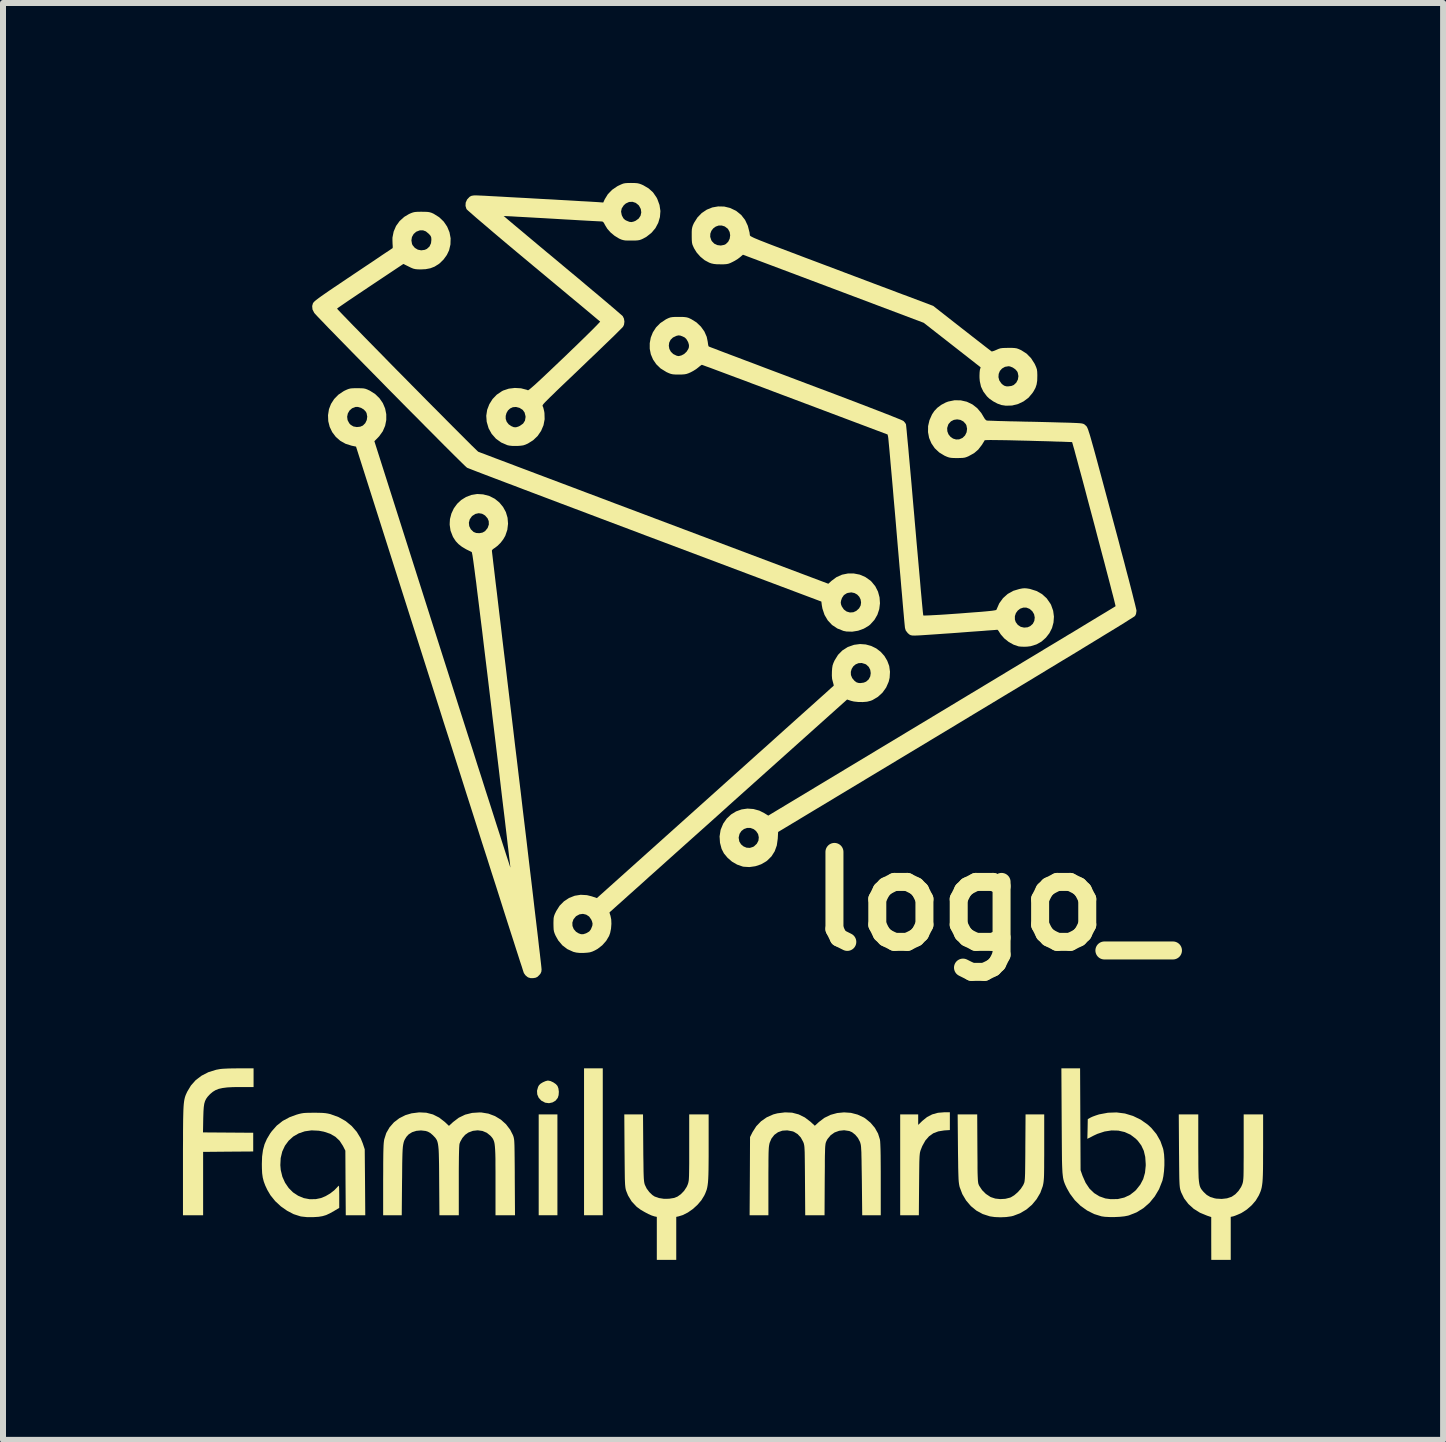
<source format=kicad_pcb>
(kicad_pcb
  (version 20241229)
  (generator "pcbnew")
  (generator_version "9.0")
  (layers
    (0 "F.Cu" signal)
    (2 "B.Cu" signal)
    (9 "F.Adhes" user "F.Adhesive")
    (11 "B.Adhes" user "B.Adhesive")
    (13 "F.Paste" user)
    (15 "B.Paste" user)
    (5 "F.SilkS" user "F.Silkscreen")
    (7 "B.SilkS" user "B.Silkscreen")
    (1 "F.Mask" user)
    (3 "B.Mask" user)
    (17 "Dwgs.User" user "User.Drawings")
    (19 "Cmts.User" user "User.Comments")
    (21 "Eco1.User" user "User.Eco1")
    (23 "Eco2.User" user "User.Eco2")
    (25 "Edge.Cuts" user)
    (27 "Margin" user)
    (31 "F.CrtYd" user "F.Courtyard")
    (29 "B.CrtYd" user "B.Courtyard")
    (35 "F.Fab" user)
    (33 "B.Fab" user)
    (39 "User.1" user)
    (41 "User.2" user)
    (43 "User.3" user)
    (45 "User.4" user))
  (footprint "logo_"
    (layer "F.Cu")
    (at 9.003 8.973)
    (property "Reference" "logo_" (at 4.5 3 0) (layer "F.SilkS") (effects (font (size 1.5 1.5) (thickness 0.3))))
    (attr board_only exclude_from_pos_files exclude_from_bom)
    (fp_poly (pts (xy -2.761 7.394) (xy -2.761 8.235) (xy -2.917 8.235) (xy -3.073 8.235) (xy -3.073 7.394) (xy -3.073 6.554) (xy -2.917 6.554) (xy -2.761 6.554)) (stroke (width 0) (type solid)) (fill yes) (layer "F.SilkS"))
    (fp_poly (pts (xy -2.005 7.01) (xy -2.005 8.235) (xy -2.161 8.235) (xy -2.317 8.235) (xy -2.317 7.01) (xy -2.317 5.786) (xy -2.161 5.786) (xy -2.005 5.786)) (stroke (width 0) (type solid)) (fill yes) (layer "F.SilkS"))
    (fp_poly (pts (xy -2.876 5.998) (xy -2.829 6.02) (xy -2.787 6.049) (xy -2.76 6.079) (xy -2.744 6.122) (xy -2.737 6.177) (xy -2.741 6.233) (xy -2.755 6.278) (xy -2.791 6.324) (xy -2.842 6.354) (xy -2.901 6.367) (xy -2.962 6.359) (xy -2.97 6.356) (xy -3.03 6.324) (xy -3.073 6.277) (xy -3.097 6.221) (xy -3.101 6.16) (xy -3.084 6.097) (xy -3.068 6.068) (xy -3.043 6.043) (xy -3.004 6.019) (xy -2.961 6) (xy -2.923 5.99) (xy -2.917 5.99)) (stroke (width 0) (type solid)) (fill yes) (layer "F.SilkS"))
    (fp_poly (pts (xy 3.781 6.666) (xy 3.781 6.815) (xy 3.687 6.821) (xy 3.588 6.837) (xy 3.504 6.869) (xy 3.433 6.92) (xy 3.372 6.99) (xy 3.321 7.082) (xy 3.299 7.137) (xy 3.292 7.155) (xy 3.287 7.173) (xy 3.282 7.194) (xy 3.279 7.219) (xy 3.276 7.252) (xy 3.274 7.294) (xy 3.272 7.348) (xy 3.271 7.417) (xy 3.27 7.503) (xy 3.269 7.609) (xy 3.268 7.721) (xy 3.264 8.235) (xy 3.108 8.235) (xy 2.953 8.235) (xy 2.953 7.394) (xy 2.953 6.554) (xy 3.103 6.554) (xy 3.253 6.554) (xy 3.253 6.642) (xy 3.253 6.729) (xy 3.322 6.662) (xy 3.401 6.598) (xy 3.486 6.554) (xy 3.582 6.527) (xy 3.693 6.518) (xy 3.704 6.518) (xy 3.781 6.518)) (stroke (width 0) (type solid)) (fill yes) (layer "F.SilkS"))
    (fp_poly (pts (xy -7.826 5.942) (xy -7.826 6.098) (xy -8.054 6.098) (xy -8.169 6.099) (xy -8.265 6.104) (xy -8.342 6.114) (xy -8.406 6.128) (xy -8.459 6.149) (xy -8.505 6.177) (xy -8.547 6.212) (xy -8.561 6.226) (xy -8.593 6.261) (xy -8.617 6.295) (xy -8.635 6.332) (xy -8.648 6.376) (xy -8.656 6.431) (xy -8.661 6.501) (xy -8.664 6.589) (xy -8.665 6.623) (xy -8.669 6.854) (xy -8.251 6.857) (xy -7.832 6.86) (xy -7.832 7.016) (xy -7.832 7.172) (xy -8.25 7.175) (xy -8.667 7.179) (xy -8.667 7.707) (xy -8.667 8.235) (xy -8.835 8.235) (xy -9.003 8.235) (xy -9.003 7.325) (xy -9.003 7.147) (xy -9.002 6.991) (xy -9.002 6.856) (xy -9.001 6.739) (xy -9 6.639) (xy -8.998 6.555) (xy -8.996 6.484) (xy -8.993 6.425) (xy -8.989 6.376) (xy -8.984 6.335) (xy -8.978 6.301) (xy -8.971 6.272) (xy -8.963 6.246) (xy -8.953 6.221) (xy -8.941 6.195) (xy -8.933 6.177) (xy -8.87 6.072) (xy -8.79 5.982) (xy -8.692 5.908) (xy -8.579 5.85) (xy -8.45 5.81) (xy -8.385 5.798) (xy -8.35 5.794) (xy -8.296 5.791) (xy -8.229 5.788) (xy -8.153 5.787) (xy -8.074 5.786) (xy -8.07 5.786) (xy -7.826 5.786)) (stroke (width 0) (type solid)) (fill yes) (layer "F.SilkS"))
    (fp_poly (pts (xy 4.24 7.121) (xy 4.241 7.253) (xy 4.242 7.362) (xy 4.242 7.452) (xy 4.243 7.525) (xy 4.245 7.582) (xy 4.247 7.627) (xy 4.249 7.66) (xy 4.252 7.686) (xy 4.255 7.705) (xy 4.26 7.72) (xy 4.265 7.733) (xy 4.271 7.745) (xy 4.318 7.816) (xy 4.381 7.879) (xy 4.455 7.928) (xy 4.465 7.933) (xy 4.538 7.957) (xy 4.621 7.966) (xy 4.706 7.961) (xy 4.782 7.942) (xy 4.798 7.936) (xy 4.854 7.902) (xy 4.912 7.852) (xy 4.964 7.794) (xy 5.003 7.734) (xy 5.009 7.721) (xy 5.015 7.707) (xy 5.021 7.693) (xy 5.025 7.676) (xy 5.028 7.654) (xy 5.031 7.625) (xy 5.033 7.587) (xy 5.035 7.537) (xy 5.036 7.473) (xy 5.037 7.393) (xy 5.038 7.295) (xy 5.039 7.176) (xy 5.039 7.109) (xy 5.043 6.554) (xy 5.198 6.554) (xy 5.354 6.554) (xy 5.354 7.104) (xy 5.354 7.235) (xy 5.353 7.344) (xy 5.353 7.434) (xy 5.352 7.507) (xy 5.351 7.565) (xy 5.349 7.612) (xy 5.346 7.65) (xy 5.343 7.68) (xy 5.339 7.706) (xy 5.334 7.73) (xy 5.33 7.749) (xy 5.289 7.862) (xy 5.227 7.967) (xy 5.149 8.061) (xy 5.056 8.14) (xy 4.951 8.202) (xy 4.838 8.245) (xy 4.805 8.253) (xy 4.72 8.265) (xy 4.625 8.269) (xy 4.529 8.265) (xy 4.445 8.253) (xy 4.444 8.252) (xy 4.329 8.215) (xy 4.224 8.158) (xy 4.131 8.082) (xy 4.052 7.989) (xy 3.989 7.883) (xy 3.944 7.764) (xy 3.942 7.754) (xy 3.937 7.732) (xy 3.933 7.707) (xy 3.929 7.674) (xy 3.926 7.634) (xy 3.924 7.582) (xy 3.922 7.517) (xy 3.92 7.436) (xy 3.919 7.338) (xy 3.917 7.22) (xy 3.916 7.115) (xy 3.911 6.554) (xy 4.074 6.554) (xy 4.237 6.554)) (stroke (width 0) (type solid)) (fill yes) (layer "F.SilkS"))
    (fp_poly (pts (xy -1.33 7.109) (xy -1.329 7.241) (xy -1.327 7.35) (xy -1.326 7.441) (xy -1.325 7.514) (xy -1.323 7.572) (xy -1.321 7.618) (xy -1.318 7.653) (xy -1.315 7.68) (xy -1.311 7.701) (xy -1.306 7.719) (xy -1.303 7.728) (xy -1.273 7.79) (xy -1.229 7.849) (xy -1.178 7.898) (xy -1.14 7.923) (xy -1.069 7.948) (xy -0.986 7.961) (xy -0.9 7.96) (xy -0.819 7.947) (xy -0.761 7.925) (xy -0.703 7.884) (xy -0.649 7.828) (xy -0.606 7.762) (xy -0.59 7.726) (xy -0.584 7.709) (xy -0.579 7.692) (xy -0.575 7.673) (xy -0.571 7.649) (xy -0.569 7.617) (xy -0.567 7.577) (xy -0.566 7.524) (xy -0.565 7.458) (xy -0.564 7.375) (xy -0.564 7.274) (xy -0.564 7.152) (xy -0.564 7.106) (xy -0.564 6.554) (xy -0.402 6.554) (xy -0.24 6.554) (xy -0.24 7.109) (xy -0.24 7.252) (xy -0.241 7.372) (xy -0.242 7.474) (xy -0.244 7.558) (xy -0.247 7.628) (xy -0.251 7.686) (xy -0.257 7.734) (xy -0.264 7.774) (xy -0.273 7.81) (xy -0.285 7.842) (xy -0.298 7.875) (xy -0.314 7.908) (xy -0.362 7.986) (xy -0.427 8.062) (xy -0.503 8.131) (xy -0.586 8.189) (xy -0.671 8.232) (xy -0.742 8.254) (xy -0.78 8.262) (xy -0.78 8.62) (xy -0.78 8.979) (xy -0.942 8.979) (xy -1.104 8.979) (xy -1.104 8.62) (xy -1.104 8.262) (xy -1.143 8.254) (xy -1.19 8.239) (xy -1.247 8.214) (xy -1.31 8.18) (xy -1.372 8.144) (xy -1.424 8.106) (xy -1.443 8.091) (xy -1.524 8.004) (xy -1.584 7.905) (xy -1.612 7.835) (xy -1.618 7.818) (xy -1.623 7.799) (xy -1.627 7.778) (xy -1.63 7.752) (xy -1.633 7.72) (xy -1.635 7.677) (xy -1.637 7.624) (xy -1.638 7.556) (xy -1.639 7.473) (xy -1.64 7.372) (xy -1.641 7.25) (xy -1.642 7.157) (xy -1.646 6.554) (xy -1.49 6.554) (xy -1.334 6.554)) (stroke (width 0) (type solid)) (fill yes) (layer "F.SilkS"))
    (fp_poly (pts (xy 7.922 7.111) (xy 7.923 7.251) (xy 7.923 7.369) (xy 7.924 7.467) (xy 7.926 7.548) (xy 7.928 7.614) (xy 7.933 7.667) (xy 7.939 7.709) (xy 7.946 7.742) (xy 7.956 7.77) (xy 7.968 7.793) (xy 7.983 7.814) (xy 8.001 7.835) (xy 8.01 7.846) (xy 8.063 7.896) (xy 8.123 7.931) (xy 8.196 7.953) (xy 8.225 7.958) (xy 8.314 7.963) (xy 8.401 7.953) (xy 8.478 7.927) (xy 8.483 7.924) (xy 8.54 7.885) (xy 8.593 7.829) (xy 8.636 7.764) (xy 8.653 7.726) (xy 8.659 7.709) (xy 8.664 7.692) (xy 8.668 7.673) (xy 8.671 7.649) (xy 8.674 7.617) (xy 8.676 7.577) (xy 8.677 7.524) (xy 8.678 7.458) (xy 8.678 7.375) (xy 8.679 7.274) (xy 8.679 7.152) (xy 8.679 7.106) (xy 8.679 6.554) (xy 8.841 6.554) (xy 9.003 6.554) (xy 9.003 7.109) (xy 9.002 7.251) (xy 9.002 7.372) (xy 9.001 7.473) (xy 8.999 7.557) (xy 8.996 7.627) (xy 8.992 7.684) (xy 8.986 7.732) (xy 8.979 7.773) (xy 8.97 7.808) (xy 8.959 7.841) (xy 8.945 7.874) (xy 8.93 7.907) (xy 8.88 7.99) (xy 8.812 8.069) (xy 8.732 8.139) (xy 8.647 8.194) (xy 8.63 8.203) (xy 8.582 8.224) (xy 8.538 8.242) (xy 8.506 8.253) (xy 8.501 8.254) (xy 8.463 8.262) (xy 8.463 8.62) (xy 8.463 8.979) (xy 8.301 8.979) (xy 8.139 8.979) (xy 8.138 8.622) (xy 8.138 8.265) (xy 8.069 8.242) (xy 7.95 8.193) (xy 7.845 8.127) (xy 7.757 8.047) (xy 7.686 7.954) (xy 7.635 7.849) (xy 7.631 7.835) (xy 7.625 7.818) (xy 7.62 7.799) (xy 7.616 7.778) (xy 7.613 7.752) (xy 7.61 7.719) (xy 7.608 7.676) (xy 7.606 7.622) (xy 7.605 7.555) (xy 7.604 7.471) (xy 7.603 7.369) (xy 7.602 7.247) (xy 7.601 7.157) (xy 7.597 6.554) (xy 7.76 6.554) (xy 7.922 6.554)) (stroke (width 0) (type solid)) (fill yes) (layer "F.SilkS"))
    (fp_poly (pts (xy -6.739 6.527) (xy -6.678 6.529) (xy -6.629 6.533) (xy -6.586 6.54) (xy -6.543 6.55) (xy -6.538 6.552) (xy -6.409 6.599) (xy -6.293 6.664) (xy -6.192 6.746) (xy -6.107 6.843) (xy -6.04 6.953) (xy -6.005 7.039) (xy -5.973 7.136) (xy -5.968 7.685) (xy -5.964 8.235) (xy -6.127 8.235) (xy -6.289 8.235) (xy -6.293 7.696) (xy -6.296 7.158) (xy -6.338 7.076) (xy -6.392 6.993) (xy -6.462 6.927) (xy -6.549 6.877) (xy -6.654 6.842) (xy -6.738 6.826) (xy -6.86 6.82) (xy -6.973 6.836) (xy -7.075 6.871) (xy -7.165 6.923) (xy -7.242 6.993) (xy -7.303 7.076) (xy -7.348 7.173) (xy -7.374 7.282) (xy -7.38 7.4) (xy -7.373 7.481) (xy -7.346 7.593) (xy -7.301 7.693) (xy -7.241 7.781) (xy -7.168 7.854) (xy -7.083 7.91) (xy -6.99 7.949) (xy -6.89 7.968) (xy -6.787 7.966) (xy -6.701 7.948) (xy -6.626 7.917) (xy -6.549 7.872) (xy -6.481 7.819) (xy -6.444 7.781) (xy -6.422 7.757) (xy -6.407 7.744) (xy -6.405 7.742) (xy -6.402 7.754) (xy -6.4 7.785) (xy -6.399 7.832) (xy -6.398 7.891) (xy -6.398 7.927) (xy -6.398 8.112) (xy -6.481 8.162) (xy -6.554 8.203) (xy -6.616 8.232) (xy -6.677 8.25) (xy -6.743 8.261) (xy -6.824 8.266) (xy -6.83 8.266) (xy -6.938 8.266) (xy -7.023 8.257) (xy -7.046 8.253) (xy -7.158 8.217) (xy -7.267 8.16) (xy -7.371 8.087) (xy -7.465 8) (xy -7.544 7.902) (xy -7.596 7.814) (xy -7.631 7.74) (xy -7.656 7.673) (xy -7.673 7.607) (xy -7.683 7.536) (xy -7.687 7.453) (xy -7.688 7.382) (xy -7.684 7.257) (xy -7.669 7.148) (xy -7.643 7.051) (xy -7.603 6.961) (xy -7.549 6.871) (xy -7.522 6.834) (xy -7.439 6.74) (xy -7.34 6.662) (xy -7.224 6.6) (xy -7.112 6.559) (xy -7.067 6.546) (xy -7.028 6.537) (xy -6.989 6.531) (xy -6.944 6.528) (xy -6.885 6.527) (xy -6.818 6.526)) (stroke (width 0) (type solid)) (fill yes) (layer "F.SilkS"))
    (fp_poly (pts (xy 5.956 6.635) (xy 5.96 7.484) (xy 5.993 7.579) (xy 6.044 7.694) (xy 6.108 7.79) (xy 6.185 7.865) (xy 6.274 7.92) (xy 6.374 7.955) (xy 6.463 7.967) (xy 6.581 7.965) (xy 6.689 7.94) (xy 6.785 7.895) (xy 6.87 7.828) (xy 6.886 7.812) (xy 6.955 7.725) (xy 7.004 7.632) (xy 7.034 7.527) (xy 7.046 7.41) (xy 7.046 7.381) (xy 7.038 7.263) (xy 7.014 7.161) (xy 6.972 7.071) (xy 6.912 6.991) (xy 6.879 6.958) (xy 6.792 6.892) (xy 6.695 6.848) (xy 6.589 6.824) (xy 6.477 6.821) (xy 6.36 6.839) (xy 6.241 6.878) (xy 6.179 6.907) (xy 6.073 6.961) (xy 6.077 6.797) (xy 6.08 6.633) (xy 6.128 6.606) (xy 6.163 6.59) (xy 6.212 6.572) (xy 6.264 6.555) (xy 6.272 6.553) (xy 6.417 6.526) (xy 6.56 6.521) (xy 6.7 6.539) (xy 6.835 6.58) (xy 6.961 6.641) (xy 7.078 6.723) (xy 7.138 6.778) (xy 7.224 6.881) (xy 7.29 6.997) (xy 7.335 7.123) (xy 7.341 7.149) (xy 7.352 7.222) (xy 7.357 7.31) (xy 7.357 7.405) (xy 7.351 7.499) (xy 7.34 7.585) (xy 7.325 7.656) (xy 7.322 7.664) (xy 7.268 7.801) (xy 7.196 7.922) (xy 7.109 8.028) (xy 7.007 8.117) (xy 6.893 8.187) (xy 6.769 8.236) (xy 6.752 8.241) (xy 6.691 8.253) (xy 6.614 8.261) (xy 6.529 8.265) (xy 6.444 8.265) (xy 6.366 8.261) (xy 6.309 8.253) (xy 6.186 8.215) (xy 6.069 8.156) (xy 5.961 8.079) (xy 5.864 7.984) (xy 5.783 7.876) (xy 5.732 7.786) (xy 5.717 7.755) (xy 5.704 7.727) (xy 5.693 7.7) (xy 5.683 7.673) (xy 5.675 7.643) (xy 5.668 7.609) (xy 5.663 7.569) (xy 5.658 7.522) (xy 5.655 7.464) (xy 5.652 7.395) (xy 5.65 7.313) (xy 5.649 7.216) (xy 5.648 7.101) (xy 5.647 6.968) (xy 5.646 6.815) (xy 5.645 6.665) (xy 5.64 5.786) (xy 5.796 5.786) (xy 5.952 5.786)) (stroke (width 0) (type solid)) (fill yes) (layer "F.SilkS"))
    (fp_poly (pts (xy 1.151 6.525) (xy 1.261 6.554) (xy 1.364 6.605) (xy 1.46 6.678) (xy 1.464 6.682) (xy 1.53 6.743) (xy 1.599 6.68) (xy 1.69 6.611) (xy 1.793 6.561) (xy 1.903 6.531) (xy 2.017 6.52) (xy 2.132 6.528) (xy 2.243 6.557) (xy 2.348 6.606) (xy 2.371 6.621) (xy 2.458 6.692) (xy 2.53 6.777) (xy 2.584 6.873) (xy 2.615 6.972) (xy 2.619 7.002) (xy 2.622 7.056) (xy 2.625 7.134) (xy 2.627 7.235) (xy 2.628 7.359) (xy 2.629 7.505) (xy 2.629 7.635) (xy 2.629 8.235) (xy 2.475 8.235) (xy 2.32 8.235) (xy 2.314 7.655) (xy 2.312 7.522) (xy 2.31 7.41) (xy 2.309 7.318) (xy 2.307 7.243) (xy 2.306 7.184) (xy 2.303 7.137) (xy 2.301 7.1) (xy 2.298 7.072) (xy 2.294 7.05) (xy 2.289 7.032) (xy 2.284 7.015) (xy 2.281 7.008) (xy 2.249 6.947) (xy 2.204 6.893) (xy 2.151 6.851) (xy 2.105 6.831) (xy 2.019 6.818) (xy 1.936 6.827) (xy 1.859 6.855) (xy 1.793 6.902) (xy 1.741 6.965) (xy 1.724 6.997) (xy 1.718 7.011) (xy 1.713 7.025) (xy 1.709 7.041) (xy 1.706 7.063) (xy 1.703 7.092) (xy 1.701 7.131) (xy 1.7 7.181) (xy 1.698 7.245) (xy 1.697 7.324) (xy 1.697 7.422) (xy 1.696 7.54) (xy 1.695 7.643) (xy 1.692 8.235) (xy 1.531 8.235) (xy 1.37 8.235) (xy 1.366 7.655) (xy 1.365 7.522) (xy 1.364 7.411) (xy 1.363 7.32) (xy 1.362 7.245) (xy 1.361 7.186) (xy 1.359 7.14) (xy 1.357 7.104) (xy 1.354 7.076) (xy 1.35 7.055) (xy 1.346 7.038) (xy 1.34 7.022) (xy 1.335 7.01) (xy 1.296 6.939) (xy 1.243 6.882) (xy 1.181 6.844) (xy 1.158 6.836) (xy 1.071 6.82) (xy 0.989 6.825) (xy 0.916 6.851) (xy 0.855 6.895) (xy 0.807 6.957) (xy 0.78 7.02) (xy 0.774 7.039) (xy 0.77 7.059) (xy 0.766 7.082) (xy 0.763 7.111) (xy 0.761 7.147) (xy 0.759 7.193) (xy 0.758 7.252) (xy 0.757 7.325) (xy 0.757 7.416) (xy 0.756 7.525) (xy 0.756 7.656) (xy 0.756 7.666) (xy 0.756 8.235) (xy 0.6 8.235) (xy 0.443 8.235) (xy 0.447 7.583) (xy 0.45 6.932) (xy 0.491 6.85) (xy 0.554 6.751) (xy 0.634 6.668) (xy 0.729 6.602) (xy 0.838 6.554) (xy 0.906 6.536) (xy 1.033 6.52)) (stroke (width 0) (type solid)) (fill yes) (layer "F.SilkS"))
    (fp_poly (pts (xy -4.946 6.526) (xy -4.835 6.555) (xy -4.732 6.607) (xy -4.638 6.68) (xy -4.569 6.745) (xy -4.5 6.681) (xy -4.405 6.609) (xy -4.299 6.558) (xy -4.183 6.529) (xy -4.059 6.521) (xy -4.027 6.522) (xy -3.911 6.541) (xy -3.802 6.582) (xy -3.704 6.641) (xy -3.618 6.718) (xy -3.548 6.81) (xy -3.503 6.898) (xy -3.497 6.914) (xy -3.492 6.929) (xy -3.488 6.946) (xy -3.484 6.967) (xy -3.481 6.993) (xy -3.479 7.028) (xy -3.477 7.073) (xy -3.476 7.13) (xy -3.475 7.201) (xy -3.474 7.289) (xy -3.473 7.395) (xy -3.472 7.522) (xy -3.472 7.601) (xy -3.468 8.235) (xy -3.63 8.235) (xy -3.793 8.235) (xy -3.793 7.661) (xy -3.793 7.518) (xy -3.794 7.397) (xy -3.794 7.296) (xy -3.796 7.213) (xy -3.799 7.145) (xy -3.803 7.09) (xy -3.808 7.046) (xy -3.815 7.012) (xy -3.825 6.984) (xy -3.836 6.961) (xy -3.85 6.941) (xy -3.867 6.921) (xy -3.879 6.908) (xy -3.939 6.86) (xy -4.01 6.83) (xy -4.089 6.819) (xy -4.17 6.828) (xy -4.247 6.857) (xy -4.299 6.894) (xy -4.345 6.947) (xy -4.38 7.009) (xy -4.393 7.044) (xy -4.396 7.067) (xy -4.399 7.113) (xy -4.401 7.179) (xy -4.403 7.265) (xy -4.404 7.37) (xy -4.405 7.49) (xy -4.405 7.626) (xy -4.405 7.661) (xy -4.405 8.235) (xy -4.567 8.235) (xy -4.728 8.235) (xy -4.732 7.655) (xy -4.733 7.514) (xy -4.734 7.394) (xy -4.736 7.294) (xy -4.738 7.211) (xy -4.741 7.144) (xy -4.746 7.09) (xy -4.752 7.047) (xy -4.76 7.013) (xy -4.77 6.985) (xy -4.783 6.963) (xy -4.798 6.942) (xy -4.817 6.922) (xy -4.837 6.901) (xy -4.88 6.864) (xy -4.92 6.842) (xy -4.957 6.83) (xy -5.035 6.821) (xy -5.112 6.828) (xy -5.182 6.85) (xy -5.24 6.886) (xy -5.277 6.926) (xy -5.292 6.95) (xy -5.305 6.972) (xy -5.316 6.995) (xy -5.324 7.021) (xy -5.331 7.053) (xy -5.337 7.092) (xy -5.341 7.141) (xy -5.344 7.203) (xy -5.346 7.278) (xy -5.348 7.37) (xy -5.349 7.482) (xy -5.35 7.614) (xy -5.351 7.661) (xy -5.356 8.235) (xy -5.511 8.235) (xy -5.666 8.235) (xy -5.666 7.643) (xy -5.665 7.5) (xy -5.665 7.378) (xy -5.664 7.277) (xy -5.663 7.193) (xy -5.661 7.125) (xy -5.659 7.071) (xy -5.656 7.029) (xy -5.652 6.996) (xy -5.648 6.972) (xy -5.648 6.971) (xy -5.614 6.864) (xy -5.559 6.769) (xy -5.486 6.686) (xy -5.397 6.618) (xy -5.294 6.566) (xy -5.192 6.536) (xy -5.065 6.52)) (stroke (width 0) (type solid)) (fill yes) (layer "F.SilkS"))
    (fp_poly (pts (xy 2.379 -1.28) (xy 2.47 -1.255) (xy 2.554 -1.214) (xy 2.627 -1.158) (xy 2.689 -1.089) (xy 2.737 -1.009) (xy 2.77 -0.921) (xy 2.783 -0.825) (xy 2.777 -0.725) (xy 2.761 -0.658) (xy 2.719 -0.562) (xy 2.658 -0.477) (xy 2.581 -0.406) (xy 2.491 -0.353) (xy 2.461 -0.341) (xy 2.402 -0.326) (xy 2.33 -0.32) (xy 2.253 -0.321) (xy 2.181 -0.329) (xy 2.135 -0.34) (xy 2.068 -0.362) (xy 0.088 1.411) (xy -0.098 1.579) (xy -0.28 1.742) (xy -0.457 1.9) (xy -0.627 2.052) (xy -0.79 2.198) (xy -0.945 2.337) (xy -1.091 2.468) (xy -1.228 2.59) (xy -1.354 2.704) (xy -1.469 2.807) (xy -1.572 2.899) (xy -1.662 2.98) (xy -1.738 3.048) (xy -1.801 3.104) (xy -1.847 3.146) (xy -1.878 3.173) (xy -1.892 3.186) (xy -1.893 3.186) (xy -1.891 3.197) (xy -1.883 3.224) (xy -1.877 3.241) (xy -1.864 3.303) (xy -1.861 3.377) (xy -1.867 3.456) (xy -1.882 3.53) (xy -1.9 3.58) (xy -1.948 3.661) (xy -2.014 3.735) (xy -2.091 3.795) (xy -2.136 3.82) (xy -2.18 3.84) (xy -2.219 3.852) (xy -2.263 3.858) (xy -2.321 3.862) (xy -2.323 3.862) (xy -2.392 3.862) (xy -2.447 3.856) (xy -2.496 3.844) (xy -2.498 3.843) (xy -2.595 3.799) (xy -2.678 3.736) (xy -2.747 3.654) (xy -2.79 3.578) (xy -2.807 3.539) (xy -2.818 3.506) (xy -2.824 3.471) (xy -2.826 3.427) (xy -2.827 3.378) (xy -2.827 3.357) (xy -2.512 3.357) (xy -2.51 3.413) (xy -2.489 3.465) (xy -2.451 3.509) (xy -2.407 3.536) (xy -2.367 3.55) (xy -2.33 3.55) (xy -2.286 3.536) (xy -2.271 3.529) (xy -2.231 3.505) (xy -2.204 3.47) (xy -2.197 3.454) (xy -2.179 3.409) (xy -2.175 3.373) (xy -2.184 3.336) (xy -2.197 3.306) (xy -2.233 3.255) (xy -2.281 3.224) (xy -2.336 3.211) (xy -2.393 3.219) (xy -2.447 3.248) (xy -2.456 3.256) (xy -2.494 3.303) (xy -2.512 3.357) (xy -2.827 3.357) (xy -2.826 3.322) (xy -2.824 3.281) (xy -2.817 3.248) (xy -2.805 3.215) (xy -2.785 3.174) (xy -2.782 3.167) (xy -2.725 3.076) (xy -2.652 3.002) (xy -2.567 2.946) (xy -2.473 2.909) (xy -2.373 2.893) (xy -2.269 2.899) (xy -2.189 2.919) (xy -2.103 2.948) (xy -0.132 1.181) (xy 0.054 1.014) (xy 0.236 0.851) (xy 0.412 0.693) (xy 0.582 0.54) (xy 0.745 0.395) (xy 0.899 0.256) (xy 1.045 0.125) (xy 1.181 0.003) (xy 1.307 -0.11) (xy 1.422 -0.213) (xy 1.525 -0.305) (xy 1.615 -0.386) (xy 1.691 -0.454) (xy 1.753 -0.51) (xy 1.799 -0.552) (xy 1.83 -0.579) (xy 1.844 -0.591) (xy 1.844 -0.592) (xy 1.844 -0.605) (xy 1.837 -0.634) (xy 1.83 -0.659) (xy 1.818 -0.706) (xy 1.814 -0.76) (xy 1.815 -0.823) (xy 2.13 -0.823) (xy 2.132 -0.77) (xy 2.153 -0.719) (xy 2.192 -0.673) (xy 2.226 -0.648) (xy 2.26 -0.638) (xy 2.29 -0.636) (xy 2.346 -0.644) (xy 2.385 -0.66) (xy 2.428 -0.698) (xy 2.454 -0.748) (xy 2.462 -0.802) (xy 2.454 -0.857) (xy 2.429 -0.906) (xy 2.388 -0.944) (xy 2.372 -0.953) (xy 2.312 -0.971) (xy 2.258 -0.968) (xy 2.21 -0.948) (xy 2.171 -0.915) (xy 2.144 -0.872) (xy 2.13 -0.823) (xy 1.815 -0.823) (xy 1.815 -0.827) (xy 1.819 -0.885) (xy 1.826 -0.93) (xy 1.84 -0.971) (xy 1.86 -1.015) (xy 1.917 -1.107) (xy 1.989 -1.18) (xy 2.077 -1.236) (xy 2.084 -1.239) (xy 2.184 -1.274) (xy 2.284 -1.287)) (stroke (width 0) (type solid)) (fill yes) (layer "F.SilkS"))
    (fp_poly (pts (xy 0.019 -8.58) (xy 0.118 -8.556) (xy 0.214 -8.51) (xy 0.222 -8.505) (xy 0.303 -8.439) (xy 0.367 -8.357) (xy 0.413 -8.259) (xy 0.442 -8.146) (xy 0.447 -8.103) (xy 0.449 -8.098) (xy 0.453 -8.092) (xy 0.462 -8.085) (xy 0.477 -8.077) (xy 0.498 -8.066) (xy 0.528 -8.052) (xy 0.567 -8.036) (xy 0.617 -8.015) (xy 0.679 -7.991) (xy 0.755 -7.961) (xy 0.846 -7.926) (xy 0.952 -7.886) (xy 1.076 -7.839) (xy 1.219 -7.785) (xy 1.382 -7.723) (xy 1.542 -7.663) (xy 1.709 -7.6) (xy 1.877 -7.537) (xy 2.045 -7.473) (xy 2.21 -7.411) (xy 2.369 -7.351) (xy 2.52 -7.294) (xy 2.661 -7.241) (xy 2.79 -7.193) (xy 2.902 -7.15) (xy 2.998 -7.114) (xy 3.069 -7.088) (xy 3.503 -6.924) (xy 3.983 -6.548) (xy 4.077 -6.475) (xy 4.165 -6.406) (xy 4.246 -6.343) (xy 4.317 -6.288) (xy 4.377 -6.241) (xy 4.425 -6.204) (xy 4.458 -6.179) (xy 4.474 -6.166) (xy 4.475 -6.165) (xy 4.491 -6.166) (xy 4.522 -6.176) (xy 4.557 -6.191) (xy 4.591 -6.206) (xy 4.622 -6.216) (xy 4.656 -6.221) (xy 4.7 -6.223) (xy 4.76 -6.224) (xy 4.819 -6.224) (xy 4.862 -6.221) (xy 4.895 -6.216) (xy 4.924 -6.206) (xy 4.958 -6.191) (xy 4.971 -6.185) (xy 5.059 -6.129) (xy 5.134 -6.053) (xy 5.193 -5.961) (xy 5.201 -5.945) (xy 5.22 -5.901) (xy 5.232 -5.865) (xy 5.237 -5.827) (xy 5.239 -5.776) (xy 5.239 -5.756) (xy 5.237 -5.677) (xy 5.227 -5.614) (xy 5.208 -5.557) (xy 5.176 -5.499) (xy 5.158 -5.472) (xy 5.092 -5.393) (xy 5.01 -5.332) (xy 4.918 -5.288) (xy 4.818 -5.263) (xy 4.715 -5.26) (xy 4.641 -5.271) (xy 4.574 -5.295) (xy 4.503 -5.333) (xy 4.438 -5.379) (xy 4.399 -5.416) (xy 4.339 -5.496) (xy 4.3 -5.578) (xy 4.28 -5.669) (xy 4.276 -5.714) (xy 4.275 -5.736) (xy 4.591 -5.736) (xy 4.605 -5.682) (xy 4.639 -5.632) (xy 4.653 -5.618) (xy 4.686 -5.594) (xy 4.721 -5.583) (xy 4.751 -5.582) (xy 4.806 -5.589) (xy 4.846 -5.605) (xy 4.888 -5.644) (xy 4.915 -5.696) (xy 4.924 -5.753) (xy 4.913 -5.81) (xy 4.902 -5.833) (xy 4.872 -5.867) (xy 4.83 -5.896) (xy 4.785 -5.914) (xy 4.76 -5.918) (xy 4.7 -5.908) (xy 4.651 -5.88) (xy 4.615 -5.84) (xy 4.595 -5.79) (xy 4.591 -5.736) (xy 4.275 -5.736) (xy 4.275 -5.767) (xy 4.277 -5.816) (xy 4.281 -5.852) (xy 4.282 -5.858) (xy 4.294 -5.9) (xy 3.82 -6.271) (xy 3.345 -6.642) (xy 1.839 -7.21) (xy 0.332 -7.777) (xy 0.283 -7.735) (xy 0.246 -7.707) (xy 0.198 -7.677) (xy 0.156 -7.655) (xy 0.118 -7.637) (xy 0.087 -7.626) (xy 0.054 -7.62) (xy 0.011 -7.617) (xy -0.042 -7.617) (xy -0.106 -7.618) (xy -0.154 -7.623) (xy -0.195 -7.632) (xy -0.231 -7.645) (xy -0.306 -7.685) (xy -0.378 -7.744) (xy -0.44 -7.814) (xy -0.483 -7.884) (xy -0.5 -7.921) (xy -0.512 -7.951) (xy -0.518 -7.982) (xy -0.521 -8.021) (xy -0.522 -8.074) (xy -0.522 -8.075) (xy -0.214 -8.075) (xy -0.196 -8.019) (xy -0.184 -8) (xy -0.146 -7.961) (xy -0.094 -7.937) (xy -0.037 -7.93) (xy 0.019 -7.941) (xy 0.046 -7.954) (xy 0.086 -7.993) (xy 0.111 -8.044) (xy 0.119 -8.101) (xy 0.11 -8.156) (xy 0.083 -8.205) (xy 0.078 -8.211) (xy 0.029 -8.248) (xy -0.023 -8.264) (xy -0.074 -8.263) (xy -0.122 -8.246) (xy -0.163 -8.216) (xy -0.194 -8.176) (xy -0.212 -8.128) (xy -0.214 -8.075) (xy -0.522 -8.075) (xy -0.522 -8.096) (xy -0.522 -8.156) (xy -0.52 -8.199) (xy -0.514 -8.231) (xy -0.505 -8.261) (xy -0.49 -8.295) (xy -0.483 -8.309) (xy -0.426 -8.399) (xy -0.355 -8.472) (xy -0.271 -8.528) (xy -0.179 -8.565) (xy -0.082 -8.582)) (stroke (width 0) (type solid)) (fill yes) (layer "F.SilkS"))
    (fp_poly (pts (xy -6.04 -5.551) (xy -5.998 -5.549) (xy -5.965 -5.543) (xy -5.934 -5.532) (xy -5.898 -5.515) (xy -5.89 -5.512) (xy -5.8 -5.455) (xy -5.727 -5.384) (xy -5.671 -5.303) (xy -5.633 -5.213) (xy -5.614 -5.118) (xy -5.614 -5.021) (xy -5.633 -4.925) (xy -5.672 -4.834) (xy -5.733 -4.749) (xy -5.754 -4.727) (xy -5.812 -4.668) (xy -4.68 -1.11) (xy -4.589 -0.826) (xy -4.501 -0.548) (xy -4.415 -0.277) (xy -4.331 -0.014) (xy -4.25 0.24) (xy -4.171 0.485) (xy -4.097 0.72) (xy -4.025 0.943) (xy -3.958 1.155) (xy -3.894 1.353) (xy -3.835 1.538) (xy -3.781 1.708) (xy -3.731 1.863) (xy -3.687 2.001) (xy -3.648 2.122) (xy -3.615 2.225) (xy -3.588 2.308) (xy -3.567 2.372) (xy -3.553 2.416) (xy -3.546 2.437) (xy -3.545 2.44) (xy -3.546 2.427) (xy -3.55 2.392) (xy -3.556 2.335) (xy -3.566 2.257) (xy -3.577 2.16) (xy -3.591 2.044) (xy -3.606 1.912) (xy -3.624 1.762) (xy -3.643 1.598) (xy -3.665 1.419) (xy -3.688 1.228) (xy -3.712 1.024) (xy -3.737 0.81) (xy -3.764 0.586) (xy -3.792 0.353) (xy -3.821 0.113) (xy -3.851 -0.134) (xy -3.857 -0.191) (xy -3.894 -0.497) (xy -3.928 -0.781) (xy -3.96 -1.042) (xy -3.989 -1.281) (xy -4.015 -1.5) (xy -4.04 -1.699) (xy -4.062 -1.879) (xy -4.082 -2.04) (xy -4.1 -2.183) (xy -4.115 -2.31) (xy -4.13 -2.421) (xy -4.142 -2.516) (xy -4.153 -2.597) (xy -4.162 -2.664) (xy -4.17 -2.718) (xy -4.176 -2.76) (xy -4.182 -2.79) (xy -4.186 -2.81) (xy -4.189 -2.82) (xy -4.19 -2.821) (xy -4.282 -2.866) (xy -4.354 -2.909) (xy -4.411 -2.954) (xy -4.456 -3.002) (xy -4.493 -3.058) (xy -4.506 -3.082) (xy -4.543 -3.178) (xy -4.557 -3.276) (xy -4.556 -3.31) (xy -4.237 -3.31) (xy -4.231 -3.253) (xy -4.205 -3.2) (xy -4.159 -3.156) (xy -4.158 -3.155) (xy -4.114 -3.138) (xy -4.061 -3.135) (xy -4.009 -3.145) (xy -3.967 -3.169) (xy -3.966 -3.17) (xy -3.924 -3.222) (xy -3.904 -3.279) (xy -3.906 -3.336) (xy -3.925 -3.382) (xy -3.967 -3.43) (xy -4.017 -3.459) (xy -4.073 -3.468) (xy -4.129 -3.456) (xy -4.18 -3.423) (xy -4.186 -3.418) (xy -4.222 -3.367) (xy -4.237 -3.31) (xy -4.556 -3.31) (xy -4.552 -3.371) (xy -4.528 -3.463) (xy -4.488 -3.548) (xy -4.433 -3.624) (xy -4.365 -3.688) (xy -4.285 -3.738) (xy -4.196 -3.772) (xy -4.099 -3.788) (xy -4 -3.782) (xy -3.897 -3.755) (xy -3.806 -3.709) (xy -3.729 -3.647) (xy -3.667 -3.572) (xy -3.62 -3.486) (xy -3.592 -3.392) (xy -3.584 -3.293) (xy -3.596 -3.191) (xy -3.63 -3.091) (xy -3.663 -3.034) (xy -3.707 -2.976) (xy -3.757 -2.926) (xy -3.805 -2.889) (xy -3.811 -2.886) (xy -3.838 -2.867) (xy -3.852 -2.849) (xy -3.853 -2.845) (xy -3.852 -2.831) (xy -3.848 -2.795) (xy -3.841 -2.737) (xy -3.832 -2.658) (xy -3.82 -2.558) (xy -3.806 -2.44) (xy -3.79 -2.304) (xy -3.771 -2.15) (xy -3.751 -1.98) (xy -3.729 -1.794) (xy -3.705 -1.595) (xy -3.68 -1.381) (xy -3.653 -1.156) (xy -3.624 -0.918) (xy -3.595 -0.67) (xy -3.564 -0.413) (xy -3.532 -0.147) (xy -3.499 0.128) (xy -3.466 0.409) (xy -3.439 0.629) (xy -3.405 0.915) (xy -3.371 1.195) (xy -3.339 1.469) (xy -3.307 1.734) (xy -3.276 1.991) (xy -3.247 2.238) (xy -3.219 2.474) (xy -3.192 2.698) (xy -3.167 2.91) (xy -3.144 3.109) (xy -3.122 3.293) (xy -3.102 3.461) (xy -3.084 3.613) (xy -3.069 3.748) (xy -3.055 3.864) (xy -3.044 3.961) (xy -3.035 4.038) (xy -3.029 4.094) (xy -3.026 4.127) (xy -3.025 4.137) (xy -3.029 4.176) (xy -3.043 4.207) (xy -3.065 4.233) (xy -3.095 4.262) (xy -3.126 4.276) (xy -3.164 4.282) (xy -3.21 4.282) (xy -3.247 4.271) (xy -3.262 4.262) (xy -3.294 4.235) (xy -3.318 4.201) (xy -3.32 4.198) (xy -3.325 4.184) (xy -3.337 4.148) (xy -3.355 4.09) (xy -3.381 4.012) (xy -3.412 3.915) (xy -3.45 3.798) (xy -3.493 3.663) (xy -3.542 3.511) (xy -3.596 3.343) (xy -3.655 3.158) (xy -3.718 2.959) (xy -3.786 2.745) (xy -3.859 2.519) (xy -3.935 2.279) (xy -4.016 2.028) (xy -4.099 1.766) (xy -4.186 1.493) (xy -4.276 1.212) (xy -4.368 0.921) (xy -4.463 0.623) (xy -4.56 0.318) (xy -4.66 0.007) (xy -4.728 -0.209) (xy -6.118 -4.578) (xy -6.19 -4.593) (xy -6.292 -4.625) (xy -6.381 -4.675) (xy -6.456 -4.741) (xy -6.515 -4.819) (xy -6.557 -4.907) (xy -6.581 -5.002) (xy -6.584 -5.076) (xy -6.266 -5.076) (xy -6.259 -5.02) (xy -6.232 -4.968) (xy -6.208 -4.942) (xy -6.162 -4.914) (xy -6.105 -4.904) (xy -6.048 -4.91) (xy -6.004 -4.929) (xy -5.964 -4.969) (xy -5.939 -5.021) (xy -5.931 -5.078) (xy -5.942 -5.135) (xy -5.954 -5.159) (xy -5.988 -5.196) (xy -6.034 -5.224) (xy -6.085 -5.239) (xy -6.126 -5.239) (xy -6.184 -5.217) (xy -6.227 -5.179) (xy -6.255 -5.13) (xy -6.266 -5.076) (xy -6.584 -5.076) (xy -6.585 -5.102) (xy -6.569 -5.203) (xy -6.535 -5.29) (xy -6.483 -5.371) (xy -6.413 -5.443) (xy -6.328 -5.5) (xy -6.308 -5.511) (xy -6.269 -5.529) (xy -6.237 -5.541) (xy -6.205 -5.548) (xy -6.166 -5.551) (xy -6.112 -5.552) (xy -6.098 -5.552)) (stroke (width 0) (type solid)) (fill yes) (layer "F.SilkS"))
    (fp_poly (pts (xy -4.963 -8.492) (xy -4.92 -8.49) (xy -4.887 -8.484) (xy -4.858 -8.475) (xy -4.825 -8.46) (xy -4.823 -8.459) (xy -4.732 -8.402) (xy -4.656 -8.329) (xy -4.599 -8.245) (xy -4.56 -8.151) (xy -4.541 -8.051) (xy -4.544 -7.948) (xy -4.567 -7.85) (xy -4.604 -7.773) (xy -4.658 -7.698) (xy -4.722 -7.635) (xy -4.739 -7.622) (xy -4.809 -7.578) (xy -4.879 -7.551) (xy -4.957 -7.536) (xy -5.036 -7.532) (xy -5.091 -7.533) (xy -5.13 -7.537) (xy -5.164 -7.545) (xy -5.203 -7.561) (xy -5.237 -7.578) (xy -5.329 -7.623) (xy -5.881 -7.255) (xy -5.984 -7.186) (xy -6.081 -7.121) (xy -6.17 -7.061) (xy -6.249 -7.008) (xy -6.316 -6.962) (xy -6.37 -6.925) (xy -6.409 -6.898) (xy -6.43 -6.882) (xy -6.434 -6.879) (xy -6.426 -6.868) (xy -6.402 -6.842) (xy -6.363 -6.801) (xy -6.311 -6.747) (xy -6.247 -6.681) (xy -6.172 -6.603) (xy -6.086 -6.516) (xy -5.992 -6.419) (xy -5.891 -6.316) (xy -5.783 -6.206) (xy -5.67 -6.091) (xy -5.553 -5.971) (xy -5.433 -5.849) (xy -5.311 -5.726) (xy -5.189 -5.602) (xy -5.067 -5.479) (xy -4.948 -5.358) (xy -4.831 -5.24) (xy -4.718 -5.127) (xy -4.611 -5.019) (xy -4.51 -4.917) (xy -4.417 -4.824) (xy -4.333 -4.74) (xy -4.259 -4.666) (xy -4.196 -4.603) (xy -4.145 -4.554) (xy -4.108 -4.518) (xy -4.086 -4.497) (xy -4.08 -4.492) (xy -4.066 -4.487) (xy -4.03 -4.473) (xy -3.973 -4.452) (xy -3.897 -4.423) (xy -3.803 -4.387) (xy -3.691 -4.345) (xy -3.561 -4.296) (xy -3.417 -4.241) (xy -3.257 -4.181) (xy -3.083 -4.115) (xy -2.897 -4.045) (xy -2.698 -3.97) (xy -2.488 -3.891) (xy -2.269 -3.808) (xy -2.04 -3.722) (xy -1.803 -3.632) (xy -1.558 -3.54) (xy -1.308 -3.446) (xy -1.144 -3.384) (xy 1.755 -2.292) (xy 1.809 -2.341) (xy 1.891 -2.402) (xy 1.983 -2.443) (xy 2.081 -2.463) (xy 2.181 -2.463) (xy 2.279 -2.444) (xy 2.372 -2.404) (xy 2.456 -2.345) (xy 2.473 -2.329) (xy 2.538 -2.25) (xy 2.583 -2.161) (xy 2.609 -2.065) (xy 2.616 -1.967) (xy 2.604 -1.869) (xy 2.573 -1.775) (xy 2.523 -1.689) (xy 2.455 -1.614) (xy 2.43 -1.593) (xy 2.346 -1.543) (xy 2.252 -1.509) (xy 2.153 -1.493) (xy 2.057 -1.496) (xy 2.007 -1.506) (xy 1.904 -1.547) (xy 1.817 -1.605) (xy 1.746 -1.681) (xy 1.692 -1.772) (xy 1.657 -1.877) (xy 1.646 -1.937) (xy 1.641 -1.979) (xy 1.962 -1.979) (xy 1.967 -1.947) (xy 1.979 -1.915) (xy 2.014 -1.863) (xy 2.06 -1.829) (xy 2.115 -1.813) (xy 2.172 -1.817) (xy 2.222 -1.84) (xy 2.268 -1.882) (xy 2.294 -1.93) (xy 2.301 -1.98) (xy 2.293 -2.03) (xy 2.271 -2.075) (xy 2.236 -2.112) (xy 2.191 -2.137) (xy 2.138 -2.148) (xy 2.079 -2.139) (xy 2.06 -2.132) (xy 2.015 -2.103) (xy 1.983 -2.056) (xy 1.968 -2.013) (xy 1.962 -1.979) (xy 1.641 -1.979) (xy 1.639 -1.995) (xy -1.29 -3.097) (xy -1.546 -3.194) (xy -1.796 -3.288) (xy -2.04 -3.38) (xy -2.275 -3.469) (xy -2.503 -3.555) (xy -2.721 -3.637) (xy -2.929 -3.716) (xy -3.125 -3.79) (xy -3.31 -3.86) (xy -3.48 -3.925) (xy -3.637 -3.984) (xy -3.779 -4.038) (xy -3.905 -4.086) (xy -4.013 -4.127) (xy -4.104 -4.162) (xy -4.176 -4.19) (xy -4.227 -4.21) (xy -4.258 -4.222) (xy -4.267 -4.226) (xy -4.28 -4.237) (xy -4.309 -4.264) (xy -4.352 -4.306) (xy -4.408 -4.361) (xy -4.477 -4.429) (xy -4.557 -4.509) (xy -4.647 -4.598) (xy -4.745 -4.697) (xy -4.851 -4.804) (xy -4.964 -4.917) (xy -5.081 -5.036) (xy -5.204 -5.159) (xy -5.329 -5.285) (xy -5.456 -5.414) (xy -5.584 -5.543) (xy -5.711 -5.673) (xy -5.837 -5.801) (xy -5.96 -5.926) (xy -6.08 -6.048) (xy -6.194 -6.164) (xy -6.302 -6.275) (xy -6.404 -6.379) (xy -6.496 -6.474) (xy -6.58 -6.559) (xy -6.652 -6.635) (xy -6.713 -6.698) (xy -6.761 -6.748) (xy -6.794 -6.784) (xy -6.813 -6.805) (xy -6.815 -6.808) (xy -6.844 -6.865) (xy -6.849 -6.922) (xy -6.836 -6.968) (xy -6.829 -6.978) (xy -6.818 -6.991) (xy -6.801 -7.007) (xy -6.776 -7.027) (xy -6.742 -7.053) (xy -6.698 -7.085) (xy -6.642 -7.124) (xy -6.573 -7.172) (xy -6.489 -7.229) (xy -6.389 -7.296) (xy -6.272 -7.375) (xy -6.166 -7.446) (xy -6.054 -7.521) (xy -5.948 -7.592) (xy -5.849 -7.658) (xy -5.76 -7.718) (xy -5.682 -7.771) (xy -5.616 -7.815) (xy -5.564 -7.849) (xy -5.529 -7.873) (xy -5.511 -7.885) (xy -5.509 -7.886) (xy -5.506 -7.901) (xy -5.507 -7.931) (xy -5.509 -7.956) (xy -5.511 -8.016) (xy -5.195 -8.016) (xy -5.185 -7.958) (xy -5.176 -7.937) (xy -5.138 -7.891) (xy -5.088 -7.861) (xy -5.031 -7.85) (xy -4.973 -7.858) (xy -4.937 -7.874) (xy -4.893 -7.914) (xy -4.868 -7.969) (xy -4.862 -8.025) (xy -4.864 -8.062) (xy -4.874 -8.089) (xy -4.897 -8.117) (xy -4.907 -8.127) (xy -4.954 -8.166) (xy -5 -8.183) (xy -5.052 -8.183) (xy -5.058 -8.182) (xy -5.115 -8.16) (xy -5.158 -8.122) (xy -5.186 -8.072) (xy -5.195 -8.016) (xy -5.511 -8.016) (xy -5.511 -8.061) (xy -5.491 -8.162) (xy -5.451 -8.256) (xy -5.391 -8.339) (xy -5.314 -8.408) (xy -5.237 -8.454) (xy -5.199 -8.471) (xy -5.168 -8.482) (xy -5.136 -8.489) (xy -5.096 -8.492) (xy -5.041 -8.493) (xy -5.024 -8.493)) (stroke (width 0) (type solid)) (fill yes) (layer "F.SilkS"))
    (fp_poly (pts (xy 3.964 -5.349) (xy 4.064 -5.326) (xy 4.156 -5.282) (xy 4.237 -5.219) (xy 4.305 -5.138) (xy 4.34 -5.079) (xy 4.367 -5.035) (xy 4.392 -5.014) (xy 4.397 -5.013) (xy 4.414 -5.011) (xy 4.452 -5.01) (xy 4.51 -5.008) (xy 4.585 -5.005) (xy 4.674 -5.003) (xy 4.775 -5) (xy 4.886 -4.998) (xy 5.005 -4.995) (xy 5.042 -4.994) (xy 5.168 -4.992) (xy 5.293 -4.989) (xy 5.413 -4.986) (xy 5.525 -4.983) (xy 5.626 -4.98) (xy 5.712 -4.978) (xy 5.782 -4.976) (xy 5.83 -4.974) (xy 5.833 -4.974) (xy 5.901 -4.971) (xy 5.949 -4.968) (xy 5.982 -4.964) (xy 6.005 -4.958) (xy 6.022 -4.95) (xy 6.037 -4.937) (xy 6.047 -4.928) (xy 6.053 -4.923) (xy 6.059 -4.916) (xy 6.065 -4.908) (xy 6.071 -4.896) (xy 6.078 -4.88) (xy 6.087 -4.858) (xy 6.096 -4.829) (xy 6.108 -4.793) (xy 6.122 -4.747) (xy 6.138 -4.691) (xy 6.157 -4.623) (xy 6.18 -4.542) (xy 6.206 -4.447) (xy 6.236 -4.337) (xy 6.27 -4.21) (xy 6.309 -4.066) (xy 6.353 -3.902) (xy 6.402 -3.719) (xy 6.457 -3.514) (xy 6.49 -3.391) (xy 6.542 -3.197) (xy 6.592 -3.011) (xy 6.638 -2.834) (xy 6.683 -2.667) (xy 6.723 -2.512) (xy 6.761 -2.369) (xy 6.794 -2.241) (xy 6.823 -2.128) (xy 6.847 -2.031) (xy 6.867 -1.953) (xy 6.881 -1.894) (xy 6.89 -1.856) (xy 6.892 -1.84) (xy 6.884 -1.787) (xy 6.868 -1.756) (xy 6.856 -1.746) (xy 6.822 -1.724) (xy 6.769 -1.691) (xy 6.697 -1.645) (xy 6.605 -1.588) (xy 6.494 -1.52) (xy 6.364 -1.441) (xy 6.217 -1.351) (xy 6.051 -1.25) (xy 5.868 -1.138) (xy 5.667 -1.017) (xy 5.449 -0.885) (xy 5.215 -0.743) (xy 4.965 -0.592) (xy 4.698 -0.431) (xy 4.416 -0.261) (xy 4.119 -0.082) (xy 3.881 0.062) (xy 0.918 1.846) (xy 0.912 1.958) (xy 0.896 2.071) (xy 0.861 2.168) (xy 0.808 2.252) (xy 0.736 2.323) (xy 0.719 2.336) (xy 0.634 2.385) (xy 0.538 2.417) (xy 0.439 2.431) (xy 0.342 2.425) (xy 0.324 2.421) (xy 0.235 2.39) (xy 0.15 2.341) (xy 0.076 2.277) (xy 0.015 2.204) (xy -0.024 2.128) (xy -0.051 2.026) (xy -0.056 1.946) (xy 0.261 1.946) (xy 0.271 2.004) (xy 0.3 2.052) (xy 0.342 2.087) (xy 0.393 2.108) (xy 0.448 2.111) (xy 0.502 2.094) (xy 0.517 2.085) (xy 0.563 2.042) (xy 0.59 1.99) (xy 0.596 1.935) (xy 0.584 1.88) (xy 0.551 1.831) (xy 0.513 1.8) (xy 0.457 1.779) (xy 0.401 1.778) (xy 0.35 1.796) (xy 0.306 1.83) (xy 0.275 1.877) (xy 0.261 1.935) (xy 0.261 1.946) (xy -0.056 1.946) (xy -0.058 1.922) (xy -0.042 1.82) (xy -0.038 1.804) (xy 0.003 1.706) (xy 0.062 1.622) (xy 0.134 1.554) (xy 0.217 1.503) (xy 0.309 1.47) (xy 0.406 1.456) (xy 0.506 1.463) (xy 0.605 1.49) (xy 0.686 1.531) (xy 0.754 1.573) (xy 3.645 -0.168) (xy 3.887 -0.314) (xy 4.124 -0.457) (xy 4.355 -0.596) (xy 4.579 -0.731) (xy 4.796 -0.862) (xy 5.003 -0.987) (xy 5.201 -1.106) (xy 5.389 -1.22) (xy 5.566 -1.326) (xy 5.731 -1.426) (xy 5.883 -1.517) (xy 6.021 -1.601) (xy 6.145 -1.676) (xy 6.254 -1.742) (xy 6.347 -1.798) (xy 6.423 -1.844) (xy 6.481 -1.879) (xy 6.52 -1.903) (xy 6.541 -1.916) (xy 6.543 -1.918) (xy 6.541 -1.93) (xy 6.533 -1.963) (xy 6.52 -2.017) (xy 6.502 -2.088) (xy 6.479 -2.175) (xy 6.453 -2.277) (xy 6.423 -2.392) (xy 6.39 -2.517) (xy 6.355 -2.652) (xy 6.317 -2.794) (xy 6.278 -2.942) (xy 6.238 -3.093) (xy 6.198 -3.247) (xy 6.157 -3.401) (xy 6.116 -3.554) (xy 6.076 -3.704) (xy 6.038 -3.849) (xy 6.001 -3.988) (xy 5.966 -4.118) (xy 5.933 -4.238) (xy 5.904 -4.347) (xy 5.878 -4.441) (xy 5.857 -4.521) (xy 5.839 -4.583) (xy 5.827 -4.626) (xy 5.82 -4.649) (xy 5.819 -4.653) (xy 5.806 -4.654) (xy 5.772 -4.655) (xy 5.718 -4.657) (xy 5.646 -4.66) (xy 5.558 -4.662) (xy 5.457 -4.666) (xy 5.345 -4.669) (xy 5.222 -4.672) (xy 5.093 -4.676) (xy 5.089 -4.676) (xy 4.916 -4.68) (xy 4.766 -4.684) (xy 4.64 -4.686) (xy 4.538 -4.687) (xy 4.459 -4.688) (xy 4.403 -4.687) (xy 4.37 -4.685) (xy 4.36 -4.683) (xy 4.352 -4.667) (xy 4.334 -4.638) (xy 4.311 -4.601) (xy 4.31 -4.601) (xy 4.254 -4.528) (xy 4.185 -4.469) (xy 4.098 -4.421) (xy 4.097 -4.42) (xy 4.062 -4.405) (xy 4.031 -4.395) (xy 3.995 -4.39) (xy 3.949 -4.388) (xy 3.901 -4.387) (xy 3.842 -4.388) (xy 3.8 -4.391) (xy 3.767 -4.397) (xy 3.735 -4.408) (xy 3.696 -4.425) (xy 3.695 -4.425) (xy 3.603 -4.481) (xy 3.529 -4.551) (xy 3.473 -4.633) (xy 3.435 -4.723) (xy 3.417 -4.819) (xy 3.418 -4.888) (xy 3.736 -4.888) (xy 3.739 -4.833) (xy 3.758 -4.783) (xy 3.791 -4.742) (xy 3.834 -4.712) (xy 3.884 -4.697) (xy 3.937 -4.699) (xy 3.992 -4.723) (xy 3.992 -4.723) (xy 4.034 -4.764) (xy 4.06 -4.817) (xy 4.068 -4.875) (xy 4.057 -4.932) (xy 4.046 -4.954) (xy 4.007 -4.997) (xy 3.958 -5.023) (xy 3.903 -5.032) (xy 3.848 -5.024) (xy 3.799 -4.999) (xy 3.761 -4.957) (xy 3.754 -4.945) (xy 3.736 -4.888) (xy 3.418 -4.888) (xy 3.418 -4.919) (xy 3.441 -5.018) (xy 3.484 -5.115) (xy 3.522 -5.172) (xy 3.573 -5.226) (xy 3.639 -5.275) (xy 3.713 -5.314) (xy 3.753 -5.329) (xy 3.86 -5.351)) (stroke (width 0) (type solid)) (fill yes) (layer "F.SilkS"))
    (fp_poly (pts (xy -0.678 -6.74) (xy -0.636 -6.737) (xy -0.603 -6.732) (xy -0.573 -6.723) (xy -0.539 -6.707) (xy -0.527 -6.701) (xy -0.442 -6.648) (xy -0.369 -6.578) (xy -0.311 -6.497) (xy -0.272 -6.408) (xy -0.255 -6.325) (xy -0.25 -6.286) (xy -0.244 -6.257) (xy -0.238 -6.247) (xy -0.226 -6.242) (xy -0.193 -6.229) (xy -0.139 -6.209) (xy -0.067 -6.181) (xy 0.022 -6.147) (xy 0.128 -6.107) (xy 0.248 -6.062) (xy 0.382 -6.011) (xy 0.529 -5.956) (xy 0.686 -5.896) (xy 0.853 -5.833) (xy 1.029 -5.767) (xy 1.211 -5.698) (xy 1.375 -5.636) (xy 1.63 -5.54) (xy 1.864 -5.452) (xy 2.077 -5.371) (xy 2.268 -5.298) (xy 2.437 -5.233) (xy 2.585 -5.176) (xy 2.711 -5.127) (xy 2.815 -5.086) (xy 2.897 -5.053) (xy 2.957 -5.029) (xy 2.994 -5.012) (xy 3.009 -5.004) (xy 3.033 -4.977) (xy 3.049 -4.952) (xy 3.049 -4.952) (xy 3.051 -4.937) (xy 3.055 -4.9) (xy 3.061 -4.841) (xy 3.068 -4.763) (xy 3.077 -4.667) (xy 3.088 -4.554) (xy 3.099 -4.426) (xy 3.112 -4.284) (xy 3.126 -4.129) (xy 3.141 -3.963) (xy 3.156 -3.787) (xy 3.172 -3.603) (xy 3.189 -3.413) (xy 3.194 -3.351) (xy 3.211 -3.159) (xy 3.227 -2.973) (xy 3.243 -2.795) (xy 3.258 -2.627) (xy 3.272 -2.469) (xy 3.285 -2.324) (xy 3.296 -2.192) (xy 3.307 -2.075) (xy 3.316 -1.975) (xy 3.324 -1.892) (xy 3.33 -1.829) (xy 3.335 -1.786) (xy 3.337 -1.766) (xy 3.338 -1.764) (xy 3.351 -1.762) (xy 3.386 -1.763) (xy 3.443 -1.765) (xy 3.519 -1.769) (xy 3.612 -1.774) (xy 3.721 -1.781) (xy 3.846 -1.79) (xy 3.948 -1.797) (xy 4.087 -1.808) (xy 4.204 -1.817) (xy 4.3 -1.824) (xy 4.378 -1.831) (xy 4.439 -1.837) (xy 4.485 -1.842) (xy 4.518 -1.847) (xy 4.54 -1.851) (xy 4.553 -1.855) (xy 4.558 -1.86) (xy 4.558 -1.86) (xy 4.604 -1.965) (xy 4.667 -2.052) (xy 4.745 -2.122) (xy 4.838 -2.174) (xy 4.938 -2.204) (xy 4.989 -2.214) (xy 5.027 -2.217) (xy 5.066 -2.214) (xy 5.114 -2.206) (xy 5.121 -2.204) (xy 5.226 -2.171) (xy 5.318 -2.119) (xy 5.396 -2.048) (xy 5.457 -1.96) (xy 5.468 -1.94) (xy 5.503 -1.842) (xy 5.516 -1.744) (xy 5.509 -1.647) (xy 5.484 -1.554) (xy 5.441 -1.469) (xy 5.382 -1.393) (xy 5.31 -1.329) (xy 5.225 -1.281) (xy 5.129 -1.251) (xy 5.065 -1.243) (xy 5.013 -1.242) (xy 4.963 -1.244) (xy 4.926 -1.248) (xy 4.844 -1.276) (xy 4.763 -1.321) (xy 4.689 -1.38) (xy 4.63 -1.447) (xy 4.613 -1.473) (xy 4.595 -1.502) (xy 4.58 -1.521) (xy 4.575 -1.524) (xy 4.562 -1.524) (xy 4.527 -1.521) (xy 4.473 -1.517) (xy 4.401 -1.512) (xy 4.315 -1.505) (xy 4.215 -1.498) (xy 4.105 -1.49) (xy 3.987 -1.481) (xy 3.925 -1.476) (xy 3.801 -1.467) (xy 3.681 -1.459) (xy 3.569 -1.451) (xy 3.467 -1.444) (xy 3.377 -1.438) (xy 3.303 -1.433) (xy 3.247 -1.43) (xy 3.211 -1.429) (xy 3.203 -1.428) (xy 3.158 -1.429) (xy 3.129 -1.434) (xy 3.106 -1.446) (xy 3.082 -1.467) (xy 3.081 -1.467) (xy 3.046 -1.512) (xy 3.033 -1.554) (xy 3.031 -1.572) (xy 3.027 -1.612) (xy 3.021 -1.674) (xy 3.014 -1.752) (xy 4.865 -1.752) (xy 4.865 -1.696) (xy 4.879 -1.653) (xy 4.914 -1.606) (xy 4.962 -1.574) (xy 5.018 -1.561) (xy 5.076 -1.566) (xy 5.12 -1.585) (xy 5.164 -1.624) (xy 5.189 -1.674) (xy 5.196 -1.729) (xy 5.185 -1.784) (xy 5.156 -1.833) (xy 5.111 -1.873) (xy 5.057 -1.894) (xy 5.004 -1.894) (xy 4.954 -1.877) (xy 4.913 -1.845) (xy 4.882 -1.803) (xy 4.865 -1.752) (xy 3.014 -1.752) (xy 3.014 -1.754) (xy 3.005 -1.853) (xy 2.995 -1.968) (xy 2.984 -2.099) (xy 2.971 -2.243) (xy 2.958 -2.399) (xy 2.943 -2.566) (xy 2.928 -2.743) (xy 2.912 -2.927) (xy 2.896 -3.117) (xy 2.893 -3.151) (xy 2.877 -3.342) (xy 2.861 -3.527) (xy 2.845 -3.705) (xy 2.831 -3.873) (xy 2.817 -4.031) (xy 2.804 -4.177) (xy 2.792 -4.309) (xy 2.782 -4.426) (xy 2.773 -4.527) (xy 2.765 -4.61) (xy 2.759 -4.674) (xy 2.755 -4.717) (xy 2.752 -4.738) (xy 2.752 -4.74) (xy 2.743 -4.78) (xy 1.2 -5.361) (xy 1.016 -5.43) (xy 0.838 -5.497) (xy 0.667 -5.562) (xy 0.505 -5.622) (xy 0.353 -5.68) (xy 0.212 -5.732) (xy 0.084 -5.78) (xy -0.031 -5.823) (xy -0.13 -5.86) (xy -0.212 -5.891) (xy -0.277 -5.914) (xy -0.323 -5.931) (xy -0.348 -5.94) (xy -0.353 -5.942) (xy -0.367 -5.934) (xy -0.392 -5.915) (xy -0.411 -5.899) (xy -0.448 -5.87) (xy -0.496 -5.84) (xy -0.539 -5.817) (xy -0.578 -5.8) (xy -0.611 -5.789) (xy -0.645 -5.783) (xy -0.689 -5.78) (xy -0.739 -5.78) (xy -0.795 -5.78) (xy -0.836 -5.783) (xy -0.869 -5.79) (xy -0.902 -5.802) (xy -0.944 -5.821) (xy -0.95 -5.825) (xy -1.041 -5.881) (xy -1.113 -5.951) (xy -1.167 -6.03) (xy -1.204 -6.117) (xy -1.222 -6.209) (xy -1.222 -6.259) (xy -0.904 -6.259) (xy -0.895 -6.207) (xy -0.87 -6.16) (xy -0.83 -6.121) (xy -0.775 -6.094) (xy -0.744 -6.087) (xy -0.73 -6.089) (xy -0.702 -6.096) (xy -0.694 -6.098) (xy -0.648 -6.122) (xy -0.607 -6.161) (xy -0.578 -6.208) (xy -0.569 -6.236) (xy -0.568 -6.272) (xy -0.579 -6.312) (xy -0.59 -6.335) (xy -0.613 -6.373) (xy -0.64 -6.398) (xy -0.675 -6.415) (xy -0.713 -6.429) (xy -0.743 -6.432) (xy -0.775 -6.425) (xy -0.778 -6.424) (xy -0.835 -6.397) (xy -0.875 -6.358) (xy -0.898 -6.31) (xy -0.904 -6.259) (xy -1.222 -6.259) (xy -1.222 -6.302) (xy -1.205 -6.395) (xy -1.17 -6.483) (xy -1.117 -6.565) (xy -1.046 -6.637) (xy -0.958 -6.696) (xy -0.938 -6.707) (xy -0.905 -6.722) (xy -0.876 -6.732) (xy -0.844 -6.737) (xy -0.801 -6.74) (xy -0.741 -6.74) (xy -0.738 -6.74)) (stroke (width 0) (type solid)) (fill yes) (layer "F.SilkS"))
    (fp_poly (pts (xy -1.473 -8.972) (xy -1.431 -8.969) (xy -1.398 -8.962) (xy -1.364 -8.95) (xy -1.33 -8.935) (xy -1.24 -8.882) (xy -1.168 -8.817) (xy -1.111 -8.735) (xy -1.096 -8.707) (xy -1.059 -8.606) (xy -1.044 -8.505) (xy -1.052 -8.405) (xy -1.08 -8.309) (xy -1.127 -8.22) (xy -1.194 -8.141) (xy -1.278 -8.075) (xy -1.331 -8.046) (xy -1.363 -8.031) (xy -1.393 -8.021) (xy -1.425 -8.016) (xy -1.468 -8.013) (xy -1.528 -8.013) (xy -1.53 -8.013) (xy -1.59 -8.013) (xy -1.633 -8.015) (xy -1.666 -8.021) (xy -1.696 -8.03) (xy -1.73 -8.045) (xy -1.741 -8.051) (xy -1.809 -8.093) (xy -1.874 -8.147) (xy -1.929 -8.209) (xy -1.967 -8.271) (xy -1.97 -8.277) (xy -1.989 -8.312) (xy -2.008 -8.329) (xy -2.02 -8.331) (xy -2.036 -8.332) (xy -2.075 -8.334) (xy -2.133 -8.337) (xy -2.209 -8.341) (xy -2.3 -8.346) (xy -2.406 -8.352) (xy -2.523 -8.359) (xy -2.649 -8.366) (xy -2.784 -8.374) (xy -2.851 -8.378) (xy -2.987 -8.386) (xy -3.117 -8.393) (xy -3.237 -8.4) (xy -3.346 -8.406) (xy -3.441 -8.411) (xy -3.522 -8.416) (xy -3.585 -8.419) (xy -3.63 -8.421) (xy -3.654 -8.422) (xy -3.657 -8.422) (xy -3.648 -8.415) (xy -3.622 -8.393) (xy -3.58 -8.357) (xy -3.523 -8.309) (xy -3.453 -8.25) (xy -3.369 -8.18) (xy -3.275 -8.101) (xy -3.171 -8.014) (xy -3.058 -7.919) (xy -2.937 -7.818) (xy -2.809 -7.712) (xy -2.68 -7.604) (xy -2.547 -7.493) (xy -2.418 -7.386) (xy -2.296 -7.283) (xy -2.181 -7.186) (xy -2.074 -7.097) (xy -1.977 -7.015) (xy -1.892 -6.943) (xy -1.818 -6.88) (xy -1.759 -6.829) (xy -1.714 -6.79) (xy -1.685 -6.765) (xy -1.673 -6.754) (xy -1.652 -6.712) (xy -1.644 -6.661) (xy -1.651 -6.609) (xy -1.666 -6.578) (xy -1.678 -6.564) (xy -1.706 -6.536) (xy -1.748 -6.494) (xy -1.803 -6.439) (xy -1.87 -6.374) (xy -1.947 -6.3) (xy -2.032 -6.218) (xy -2.124 -6.129) (xy -2.222 -6.036) (xy -2.269 -5.991) (xy -2.4 -5.865) (xy -2.515 -5.755) (xy -2.615 -5.66) (xy -2.701 -5.578) (xy -2.774 -5.508) (xy -2.834 -5.449) (xy -2.884 -5.401) (xy -2.923 -5.362) (xy -2.954 -5.331) (xy -2.977 -5.307) (xy -2.993 -5.289) (xy -3.003 -5.275) (xy -3.008 -5.266) (xy -3.009 -5.259) (xy -3.008 -5.253) (xy -3.006 -5.248) (xy -3.002 -5.243) (xy -3 -5.239) (xy -2.991 -5.206) (xy -2.981 -5.163) (xy -2.977 -5.138) (xy -2.974 -5.034) (xy -2.993 -4.934) (xy -3.033 -4.84) (xy -3.091 -4.755) (xy -3.166 -4.684) (xy -3.252 -4.63) (xy -3.294 -4.611) (xy -3.331 -4.599) (xy -3.373 -4.593) (xy -3.427 -4.589) (xy -3.438 -4.589) (xy -3.507 -4.589) (xy -3.563 -4.595) (xy -3.595 -4.602) (xy -3.699 -4.647) (xy -3.786 -4.71) (xy -3.856 -4.789) (xy -3.908 -4.883) (xy -3.939 -4.989) (xy -3.94 -4.992) (xy -3.947 -5.09) (xy -3.623 -5.09) (xy -3.623 -5.04) (xy -3.606 -4.991) (xy -3.573 -4.949) (xy -3.529 -4.919) (xy -3.488 -4.902) (xy -3.452 -4.9) (xy -3.412 -4.912) (xy -3.385 -4.925) (xy -3.333 -4.962) (xy -3.302 -5.011) (xy -3.292 -5.07) (xy -3.293 -5.086) (xy -3.308 -5.146) (xy -3.339 -5.19) (xy -3.391 -5.223) (xy -3.393 -5.224) (xy -3.451 -5.239) (xy -3.504 -5.235) (xy -3.549 -5.214) (xy -3.585 -5.181) (xy -3.61 -5.138) (xy -3.623 -5.09) (xy -3.947 -5.09) (xy -3.947 -5.093) (xy -3.932 -5.192) (xy -3.896 -5.285) (xy -3.842 -5.371) (xy -3.772 -5.444) (xy -3.686 -5.502) (xy -3.665 -5.513) (xy -3.572 -5.544) (xy -3.471 -5.556) (xy -3.368 -5.55) (xy -3.271 -5.525) (xy -3.252 -5.517) (xy -3.243 -5.521) (xy -3.223 -5.535) (xy -3.191 -5.562) (xy -3.146 -5.601) (xy -3.089 -5.653) (xy -3.018 -5.719) (xy -2.932 -5.8) (xy -2.831 -5.896) (xy -2.714 -6.007) (xy -2.636 -6.081) (xy -2.537 -6.177) (xy -2.442 -6.268) (xy -2.355 -6.353) (xy -2.275 -6.431) (xy -2.206 -6.499) (xy -2.147 -6.558) (xy -2.101 -6.605) (xy -2.069 -6.639) (xy -2.051 -6.658) (xy -2.049 -6.663) (xy -2.059 -6.671) (xy -2.087 -6.694) (xy -2.131 -6.731) (xy -2.189 -6.78) (xy -2.262 -6.841) (xy -2.347 -6.912) (xy -2.444 -6.993) (xy -2.552 -7.082) (xy -2.668 -7.179) (xy -2.793 -7.283) (xy -2.925 -7.393) (xy -3.063 -7.508) (xy -3.157 -7.586) (xy -3.309 -7.713) (xy -3.453 -7.833) (xy -3.589 -7.947) (xy -3.716 -8.054) (xy -3.832 -8.152) (xy -3.937 -8.242) (xy -4.03 -8.321) (xy -4.11 -8.389) (xy -4.175 -8.446) (xy -4.225 -8.49) (xy -4.232 -8.496) (xy -1.7 -8.496) (xy -1.689 -8.438) (xy -1.682 -8.422) (xy -1.66 -8.382) (xy -1.632 -8.356) (xy -1.606 -8.343) (xy -1.561 -8.325) (xy -1.525 -8.321) (xy -1.488 -8.33) (xy -1.457 -8.343) (xy -1.407 -8.379) (xy -1.375 -8.427) (xy -1.363 -8.482) (xy -1.371 -8.539) (xy -1.4 -8.593) (xy -1.407 -8.602) (xy -1.455 -8.641) (xy -1.51 -8.659) (xy -1.567 -8.656) (xy -1.621 -8.631) (xy -1.655 -8.601) (xy -1.689 -8.549) (xy -1.7 -8.496) (xy -4.232 -8.496) (xy -4.259 -8.52) (xy -4.276 -8.537) (xy -4.277 -8.539) (xy -4.293 -8.59) (xy -4.29 -8.645) (xy -4.267 -8.697) (xy -4.228 -8.739) (xy -4.217 -8.747) (xy -4.192 -8.759) (xy -4.157 -8.765) (xy -4.107 -8.766) (xy -4.094 -8.765) (xy -4.07 -8.764) (xy -4.024 -8.762) (xy -3.958 -8.759) (xy -3.875 -8.754) (xy -3.778 -8.749) (xy -3.668 -8.743) (xy -3.547 -8.736) (xy -3.418 -8.729) (xy -3.284 -8.722) (xy -3.146 -8.714) (xy -3.007 -8.706) (xy -2.869 -8.699) (xy -2.735 -8.691) (xy -2.606 -8.684) (xy -2.485 -8.677) (xy -2.374 -8.67) (xy -2.275 -8.665) (xy -2.191 -8.66) (xy -2.125 -8.656) (xy -2.077 -8.653) (xy -2.052 -8.651) (xy -1.997 -8.647) (xy -1.971 -8.703) (xy -1.92 -8.786) (xy -1.849 -8.859) (xy -1.763 -8.918) (xy -1.743 -8.928) (xy -1.7 -8.948) (xy -1.666 -8.962) (xy -1.633 -8.969) (xy -1.594 -8.972) (xy -1.541 -8.973) (xy -1.531 -8.973)) (stroke (width 0) (type solid)) (fill yes) (layer "F.SilkS")))
  (gr_rect
    (start -3 -3)
    (end 21.006 20.952)
    (stroke (width 0.1) (type default))
    (fill no)
    (layer "Edge.Cuts")))
</source>
